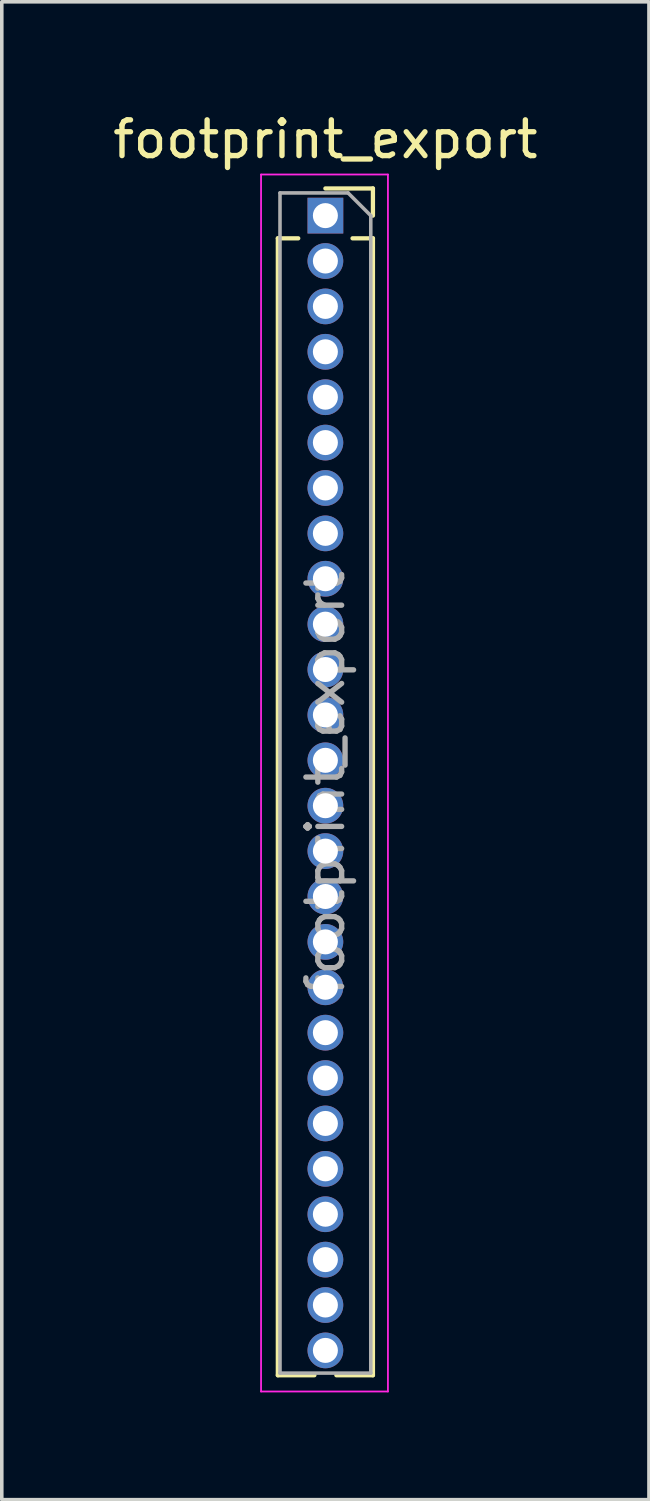
<source format=kicad_pcb>
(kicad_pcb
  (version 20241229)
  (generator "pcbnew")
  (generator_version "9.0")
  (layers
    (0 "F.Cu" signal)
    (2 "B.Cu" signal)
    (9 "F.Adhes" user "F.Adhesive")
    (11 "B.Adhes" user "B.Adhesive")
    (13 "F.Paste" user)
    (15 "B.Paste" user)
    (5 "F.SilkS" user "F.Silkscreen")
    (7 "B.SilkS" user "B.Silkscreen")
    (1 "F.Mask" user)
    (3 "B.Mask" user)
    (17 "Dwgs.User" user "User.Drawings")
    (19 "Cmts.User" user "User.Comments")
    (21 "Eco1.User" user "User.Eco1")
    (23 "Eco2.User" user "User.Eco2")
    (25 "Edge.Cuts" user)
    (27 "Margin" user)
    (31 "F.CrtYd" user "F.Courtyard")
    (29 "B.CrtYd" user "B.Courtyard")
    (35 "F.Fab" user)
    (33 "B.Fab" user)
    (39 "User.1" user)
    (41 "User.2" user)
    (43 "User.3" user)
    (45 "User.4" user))
  (footprint "footprint_export"
    (layer "F.Cu")
    (at 6.054 2.983)
    (property "Reference" "footprint_export" (at 0 -2.135 0) (layer "F.SilkS") (effects (font (size 1 1) (thickness 0.15))))
    (attr through_hole)
    (fp_line (start -1.33 0.635) (end -1.33 32.445) (stroke (width 0.12) (type solid)) (layer "F.SilkS"))
    (fp_line (start -1.33 0.635) (end -0.76 0.635) (stroke (width 0.12) (type solid)) (layer "F.SilkS"))
    (fp_line (start -1.33 32.445) (end -0.308 32.445) (stroke (width 0.12) (type solid)) (layer "F.SilkS"))
    (fp_line (start 0 -0.76) (end 1.33 -0.76) (stroke (width 0.12) (type solid)) (layer "F.SilkS"))
    (fp_line (start 0.308 32.445) (end 1.33 32.445) (stroke (width 0.12) (type solid)) (layer "F.SilkS"))
    (fp_line (start 0.76 0.635) (end 1.33 0.635) (stroke (width 0.12) (type solid)) (layer "F.SilkS"))
    (fp_line (start 1.33 -0.76) (end 1.33 0) (stroke (width 0.12) (type solid)) (layer "F.SilkS"))
    (fp_line (start 1.33 0.635) (end 1.33 32.445) (stroke (width 0.12) (type solid)) (layer "F.SilkS"))
    (fp_line (start -1.8 -1.15) (end 1.75 -1.15) (stroke (width 0.05) (type solid)) (layer "F.CrtYd"))
    (fp_line (start -1.8 32.9) (end -1.8 -1.15) (stroke (width 0.05) (type solid)) (layer "F.CrtYd"))
    (fp_line (start 1.75 -1.15) (end 1.75 32.9) (stroke (width 0.05) (type solid)) (layer "F.CrtYd"))
    (fp_line (start 1.75 32.9) (end -1.8 32.9) (stroke (width 0.05) (type solid)) (layer "F.CrtYd"))
    (fp_line (start -1.27 -0.635) (end 0.635 -0.635) (stroke (width 0.1) (type solid)) (layer "F.Fab"))
    (fp_line (start -1.27 32.385) (end -1.27 -0.635) (stroke (width 0.1) (type solid)) (layer "F.Fab"))
    (fp_line (start 0.635 -0.635) (end 1.27 0) (stroke (width 0.1) (type solid)) (layer "F.Fab"))
    (fp_line (start 1.27 0) (end 1.27 32.385) (stroke (width 0.1) (type solid)) (layer "F.Fab"))
    (fp_line (start 1.27 32.385) (end -1.27 32.385) (stroke (width 0.1) (type solid)) (layer "F.Fab"))
    (fp_text user "${REFERENCE}" (at 0 15.875 90) (layer "F.Fab") (effects (font (size 1 1) (thickness 0.15))))
    (pad "1" thru_hole rect (at 0 0) (size 1 1) (drill 0.7) (layers "*.Cu" "*.Mask"))
    (pad "2" thru_hole oval (at 0 1.27) (size 1 1) (drill 0.7) (layers "*.Cu" "*.Mask"))
    (pad "3" thru_hole oval (at 0 2.54) (size 1 1) (drill 0.7) (layers "*.Cu" "*.Mask"))
    (pad "4" thru_hole oval (at 0 3.81) (size 1 1) (drill 0.7) (layers "*.Cu" "*.Mask"))
    (pad "5" thru_hole oval (at 0 5.08) (size 1 1) (drill 0.7) (layers "*.Cu" "*.Mask"))
    (pad "6" thru_hole oval (at 0 6.35) (size 1 1) (drill 0.7) (layers "*.Cu" "*.Mask"))
    (pad "7" thru_hole oval (at 0 7.62) (size 1 1) (drill 0.7) (layers "*.Cu" "*.Mask"))
    (pad "8" thru_hole oval (at 0 8.89) (size 1 1) (drill 0.7) (layers "*.Cu" "*.Mask"))
    (pad "9" thru_hole oval (at 0 10.16) (size 1 1) (drill 0.7) (layers "*.Cu" "*.Mask"))
    (pad "10" thru_hole oval (at 0 11.43) (size 1 1) (drill 0.7) (layers "*.Cu" "*.Mask"))
    (pad "11" thru_hole oval (at 0 12.7) (size 1 1) (drill 0.7) (layers "*.Cu" "*.Mask"))
    (pad "12" thru_hole oval (at 0 13.97) (size 1 1) (drill 0.7) (layers "*.Cu" "*.Mask"))
    (pad "13" thru_hole oval (at 0 15.24) (size 1 1) (drill 0.7) (layers "*.Cu" "*.Mask"))
    (pad "14" thru_hole oval (at 0 16.51) (size 1 1) (drill 0.7) (layers "*.Cu" "*.Mask"))
    (pad "15" thru_hole oval (at 0 17.78) (size 1 1) (drill 0.7) (layers "*.Cu" "*.Mask"))
    (pad "16" thru_hole oval (at 0 19.05) (size 1 1) (drill 0.7) (layers "*.Cu" "*.Mask"))
    (pad "17" thru_hole oval (at 0 20.32) (size 1 1) (drill 0.7) (layers "*.Cu" "*.Mask"))
    (pad "18" thru_hole oval (at 0 21.59) (size 1 1) (drill 0.7) (layers "*.Cu" "*.Mask"))
    (pad "19" thru_hole oval (at 0 22.86) (size 1 1) (drill 0.7) (layers "*.Cu" "*.Mask"))
    (pad "20" thru_hole oval (at 0 24.13) (size 1 1) (drill 0.7) (layers "*.Cu" "*.Mask"))
    (pad "21" thru_hole oval (at 0 25.4) (size 1 1) (drill 0.7) (layers "*.Cu" "*.Mask"))
    (pad "22" thru_hole oval (at 0 26.67) (size 1 1) (drill 0.7) (layers "*.Cu" "*.Mask"))
    (pad "23" thru_hole oval (at 0 27.94) (size 1 1) (drill 0.7) (layers "*.Cu" "*.Mask"))
    (pad "24" thru_hole oval (at 0 29.21) (size 1 1) (drill 0.7) (layers "*.Cu" "*.Mask"))
    (pad "25" thru_hole oval (at 0 30.48) (size 1 1) (drill 0.7) (layers "*.Cu" "*.Mask"))
    (pad "26" thru_hole oval (at 0 31.75) (size 1 1) (drill 0.7) (layers "*.Cu" "*.Mask")))
  (gr_rect
    (start -3 -3)
    (end 15.107 38.908)
    (stroke (width 0.1) (type default))
    (fill no)
    (layer "Edge.Cuts")))
</source>
